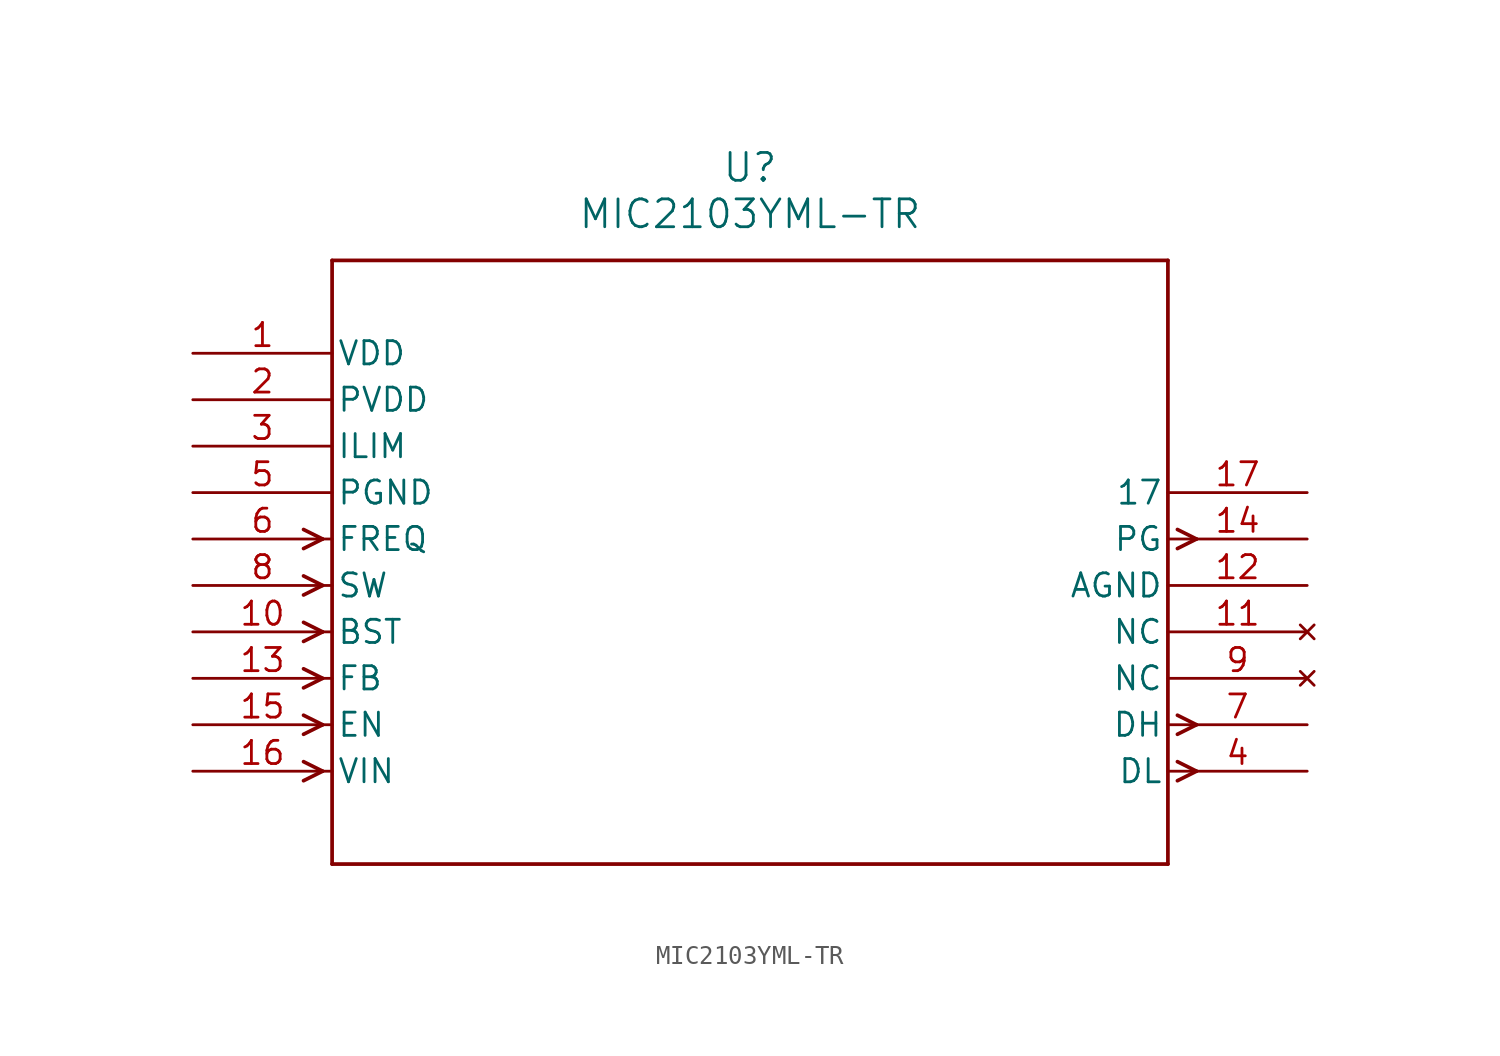
<source format=kicad_sym>
(kicad_symbol_lib
  (version 20211014)
  (generator kicad_symbol_editor)
  (symbol "MIC2103YML-TR"
    (pin_names
      (offset 0.254))
    (property "Reference" "U"
      (at 30.48 10.16 0)
      (effects (font (size 1.524 1.524))))
    (property "Value" "MIC2103YML-TR"
      (at 30.48 7.62 0)
      (effects (font (size 1.524 1.524))))
    (symbol "MIC2103YML-TR_0_1"
      (polyline (pts (xy 7.099 -10.16) (xy 6.058 -9.639)) (stroke (width 0.203) (type default) (color 0 0 0 0)) (fill (type none)))
      (polyline (pts (xy 7.099 -10.16) (xy 6.058 -10.681)) (stroke (width 0.203) (type default) (color 0 0 0 0)) (fill (type none)))
      (polyline (pts (xy 7.099 -12.7) (xy 6.058 -12.179)) (stroke (width 0.203) (type default) (color 0 0 0 0)) (fill (type none)))
      (polyline (pts (xy 7.099 -12.7) (xy 6.058 -13.221)) (stroke (width 0.203) (type default) (color 0 0 0 0)) (fill (type none)))
      (polyline (pts (xy 7.099 -15.24) (xy 6.058 -14.719)) (stroke (width 0.203) (type default) (color 0 0 0 0)) (fill (type none)))
      (polyline (pts (xy 7.099 -15.24) (xy 6.058 -15.761)) (stroke (width 0.203) (type default) (color 0 0 0 0)) (fill (type none)))
      (polyline (pts (xy 7.099 -17.78) (xy 6.058 -17.259)) (stroke (width 0.203) (type default) (color 0 0 0 0)) (fill (type none)))
      (polyline (pts (xy 7.099 -17.78) (xy 6.058 -18.301)) (stroke (width 0.203) (type default) (color 0 0 0 0)) (fill (type none)))
      (polyline (pts (xy 7.099 -20.32) (xy 6.058 -19.799)) (stroke (width 0.203) (type default) (color 0 0 0 0)) (fill (type none)))
      (polyline (pts (xy 7.099 -20.32) (xy 6.058 -20.841)) (stroke (width 0.203) (type default) (color 0 0 0 0)) (fill (type none)))
      (polyline (pts (xy 7.099 -22.86) (xy 6.058 -22.339)) (stroke (width 0.203) (type default) (color 0 0 0 0)) (fill (type none)))
      (polyline (pts (xy 7.099 -22.86) (xy 6.058 -23.381)) (stroke (width 0.203) (type default) (color 0 0 0 0)) (fill (type none)))
      (polyline (pts (xy 53.861 -22.339) (xy 54.902 -22.86)) (stroke (width 0.203) (type default) (color 0 0 0 0)) (fill (type none)))
      (polyline (pts (xy 53.861 -23.381) (xy 54.902 -22.86)) (stroke (width 0.203) (type default) (color 0 0 0 0)) (fill (type none)))
      (polyline (pts (xy 53.861 -19.799) (xy 54.902 -20.32)) (stroke (width 0.203) (type default) (color 0 0 0 0)) (fill (type none)))
      (polyline (pts (xy 53.861 -20.841) (xy 54.902 -20.32)) (stroke (width 0.203) (type default) (color 0 0 0 0)) (fill (type none)))
      (polyline (pts (xy 53.861 -9.639) (xy 54.902 -10.16)) (stroke (width 0.203) (type default) (color 0 0 0 0)) (fill (type none)))
      (polyline (pts (xy 53.861 -10.681) (xy 54.902 -10.16)) (stroke (width 0.203) (type default) (color 0 0 0 0)) (fill (type none)))
      (polyline (pts (xy 7.62 5.08) (xy 7.62 -27.94)) (stroke (width 0.203) (type default) (color 0 0 0 0)) (fill (type none)))
      (polyline (pts (xy 7.62 -27.94) (xy 53.34 -27.94)) (stroke (width 0.203) (type default) (color 0 0 0 0)) (fill (type none)))
      (polyline (pts (xy 53.34 -27.94) (xy 53.34 5.08)) (stroke (width 0.203) (type default) (color 0 0 0 0)) (fill (type none)))
      (polyline (pts (xy 53.34 5.08) (xy 7.62 5.08)) (stroke (width 0.203) (type default) (color 0 0 0 0)) (fill (type none)))
      (pin power_in line (at 0 0 0) (length 7.62) (name "VDD" (effects (font (size 1.27 1.27)))) (number "1" (effects (font (size 1.27 1.27)))))
      (pin power_in line (at 0 -2.54 0) (length 7.62) (name "PVDD" (effects (font (size 1.27 1.27)))) (number "2" (effects (font (size 1.27 1.27)))))
      (pin unspecified line (at 0 -5.08 0) (length 7.62) (name "ILIM" (effects (font (size 1.27 1.27)))) (number "3" (effects (font (size 1.27 1.27)))))
      (pin output line (at 60.96 -22.86 180) (length 7.62) (name "DL" (effects (font (size 1.27 1.27)))) (number "4" (effects (font (size 1.27 1.27)))))
      (pin power_in line (at 0 -7.62 0) (length 7.62) (name "PGND" (effects (font (size 1.27 1.27)))) (number "5" (effects (font (size 1.27 1.27)))))
      (pin input line (at 0 -10.16 0) (length 7.62) (name "FREQ" (effects (font (size 1.27 1.27)))) (number "6" (effects (font (size 1.27 1.27)))))
      (pin output line (at 60.96 -20.32 180) (length 7.62) (name "DH" (effects (font (size 1.27 1.27)))) (number "7" (effects (font (size 1.27 1.27)))))
      (pin input line (at 0 -12.7 0) (length 7.62) (name "SW" (effects (font (size 1.27 1.27)))) (number "8" (effects (font (size 1.27 1.27)))))
      (pin no_connect line (at 60.96 -17.78 180) (length 7.62) (name "NC" (effects (font (size 1.27 1.27)))) (number "9" (effects (font (size 1.27 1.27)))))
      (pin input line (at 0 -15.24 0) (length 7.62) (name "BST" (effects (font (size 1.27 1.27)))) (number "10" (effects (font (size 1.27 1.27)))))
      (pin no_connect line (at 60.96 -15.24 180) (length 7.62) (name "NC" (effects (font (size 1.27 1.27)))) (number "11" (effects (font (size 1.27 1.27)))))
      (pin power_in line (at 60.96 -12.7 180) (length 7.62) (name "AGND" (effects (font (size 1.27 1.27)))) (number "12" (effects (font (size 1.27 1.27)))))
      (pin input line (at 0 -17.78 0) (length 7.62) (name "FB" (effects (font (size 1.27 1.27)))) (number "13" (effects (font (size 1.27 1.27)))))
      (pin output line (at 60.96 -10.16 180) (length 7.62) (name "PG" (effects (font (size 1.27 1.27)))) (number "14" (effects (font (size 1.27 1.27)))))
      (pin input line (at 0 -20.32 0) (length 7.62) (name "EN" (effects (font (size 1.27 1.27)))) (number "15" (effects (font (size 1.27 1.27)))))
      (pin input line (at 0 -22.86 0) (length 7.62) (name "VIN" (effects (font (size 1.27 1.27)))) (number "16" (effects (font (size 1.27 1.27)))))
      (pin unspecified line (at 60.96 -7.62 180) (length 7.62) (name "17" (effects (font (size 1.27 1.27)))) (number "17" (effects (font (size 1.27 1.27))))))))
</source>
